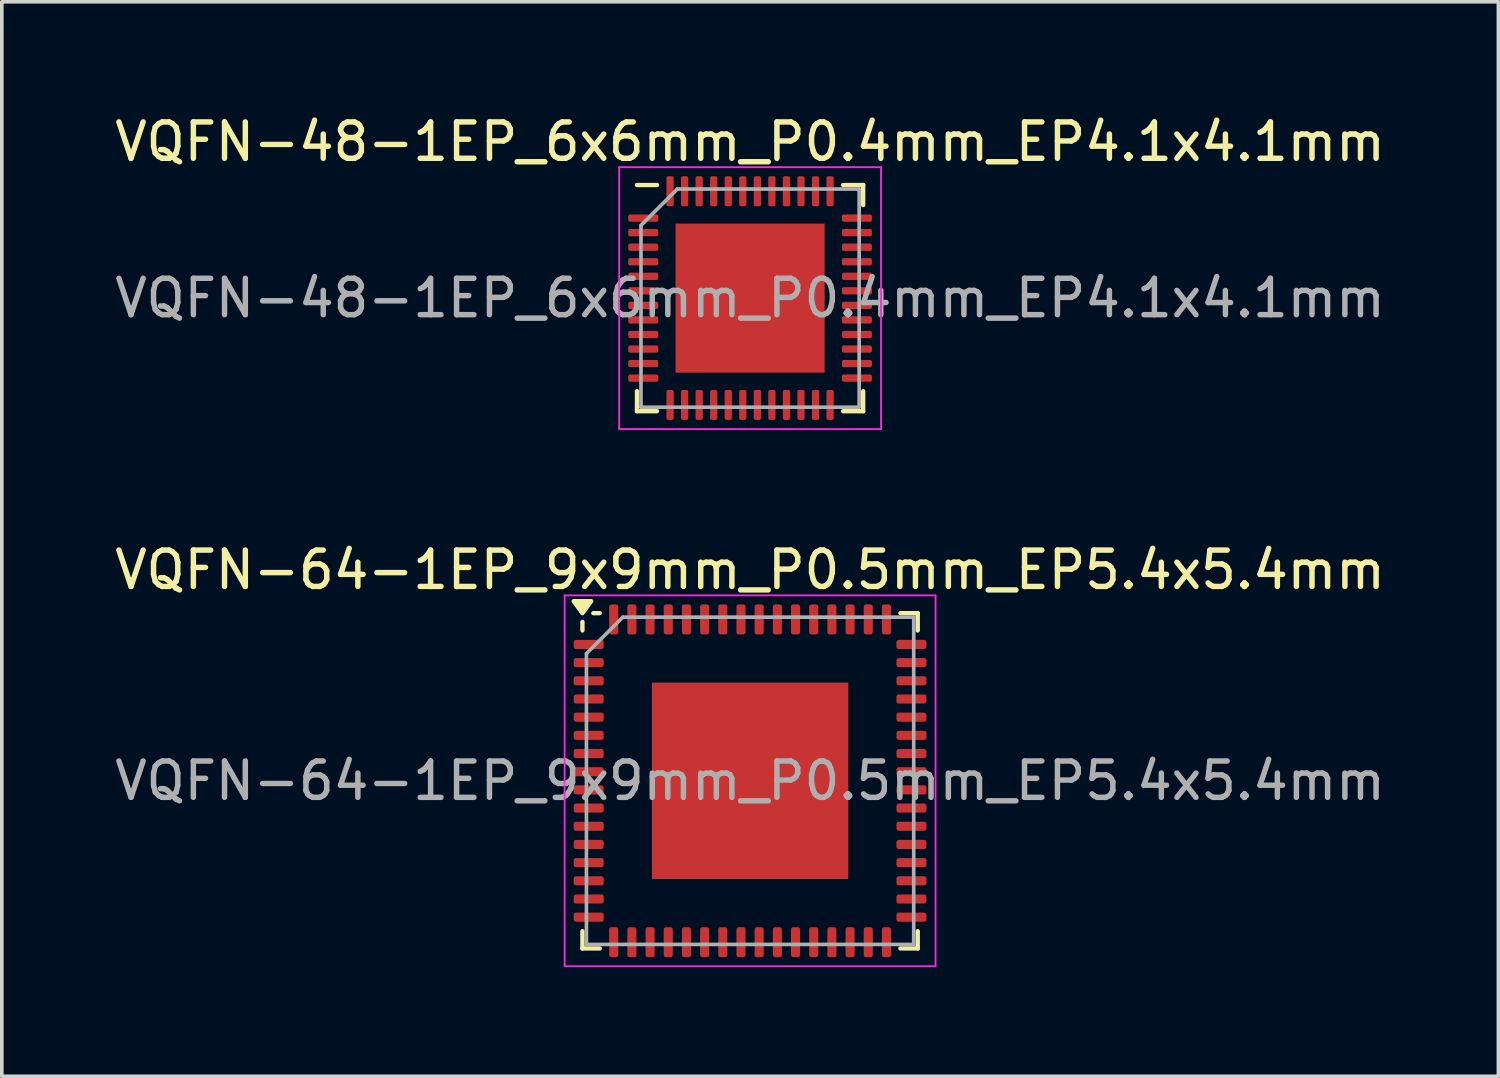
<source format=kicad_pcb>
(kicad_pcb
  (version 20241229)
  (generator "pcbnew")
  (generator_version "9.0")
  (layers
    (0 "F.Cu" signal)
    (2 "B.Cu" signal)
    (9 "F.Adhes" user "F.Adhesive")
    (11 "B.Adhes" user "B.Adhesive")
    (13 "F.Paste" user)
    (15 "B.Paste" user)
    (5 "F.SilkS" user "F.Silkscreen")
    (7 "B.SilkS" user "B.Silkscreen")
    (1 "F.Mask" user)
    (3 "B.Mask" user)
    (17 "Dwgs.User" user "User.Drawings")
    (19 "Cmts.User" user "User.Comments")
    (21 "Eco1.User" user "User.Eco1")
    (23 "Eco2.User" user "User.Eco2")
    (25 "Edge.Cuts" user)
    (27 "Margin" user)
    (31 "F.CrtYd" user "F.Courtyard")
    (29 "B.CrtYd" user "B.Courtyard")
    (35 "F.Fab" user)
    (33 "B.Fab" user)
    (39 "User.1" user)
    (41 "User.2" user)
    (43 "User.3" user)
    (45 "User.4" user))
  (footprint "VQFN-64-1EP_9x9mm_P0.5mm_EP5.4x5.4mm"
    (layer "F.Cu")
    (at 17.577 18.422)
    (property "Reference" "VQFN-64-1EP_9x9mm_P0.5mm_EP5.4x5.4mm" (at 0 -5.8 0) (layer "F.SilkS") (effects (font (size 1 1) (thickness 0.15))))
    (attr smd)
    (fp_line (start -4.61 -4.135) (end -4.61 -4.37) (stroke (width 0.12) (type solid)) (layer "F.SilkS"))
    (fp_line (start -4.61 4.61) (end -4.61 4.135) (stroke (width 0.12) (type solid)) (layer "F.SilkS"))
    (fp_line (start -4.135 -4.61) (end -4.31 -4.61) (stroke (width 0.12) (type solid)) (layer "F.SilkS"))
    (fp_line (start -4.135 4.61) (end -4.61 4.61) (stroke (width 0.12) (type solid)) (layer "F.SilkS"))
    (fp_line (start 4.135 -4.61) (end 4.61 -4.61) (stroke (width 0.12) (type solid)) (layer "F.SilkS"))
    (fp_line (start 4.135 4.61) (end 4.61 4.61) (stroke (width 0.12) (type solid)) (layer "F.SilkS"))
    (fp_line (start 4.61 -4.61) (end 4.61 -4.135) (stroke (width 0.12) (type solid)) (layer "F.SilkS"))
    (fp_line (start 4.61 4.61) (end 4.61 4.135) (stroke (width 0.12) (type solid)) (layer "F.SilkS"))
    (fp_poly (pts (xy -4.61 -4.61) (xy -4.85 -4.94) (xy -4.37 -4.94) (xy -4.61 -4.61)) (stroke (width 0.12) (type solid)) (fill yes) (layer "F.SilkS"))
    (fp_line (start -5.1 -5.1) (end -5.1 5.1) (stroke (width 0.05) (type solid)) (layer "F.CrtYd"))
    (fp_line (start -5.1 5.1) (end 5.1 5.1) (stroke (width 0.05) (type solid)) (layer "F.CrtYd"))
    (fp_line (start 5.1 -5.1) (end -5.1 -5.1) (stroke (width 0.05) (type solid)) (layer "F.CrtYd"))
    (fp_line (start 5.1 5.1) (end 5.1 -5.1) (stroke (width 0.05) (type solid)) (layer "F.CrtYd"))
    (fp_line (start -4.5 -3.5) (end -3.5 -4.5) (stroke (width 0.1) (type solid)) (layer "F.Fab"))
    (fp_line (start -4.5 4.5) (end -4.5 -3.5) (stroke (width 0.1) (type solid)) (layer "F.Fab"))
    (fp_line (start -3.5 -4.5) (end 4.5 -4.5) (stroke (width 0.1) (type solid)) (layer "F.Fab"))
    (fp_line (start 4.5 -4.5) (end 4.5 4.5) (stroke (width 0.1) (type solid)) (layer "F.Fab"))
    (fp_line (start 4.5 4.5) (end -4.5 4.5) (stroke (width 0.1) (type solid)) (layer "F.Fab"))
    (fp_text user "${REFERENCE}" (at 0 0 0) (layer "F.Fab") (effects (font (size 1 1) (thickness 0.15))))
    (pad "" smd roundrect (at -1.8 -1.8) (size 1.45 1.45) (layers "F.Paste") (roundrect_rratio 0.172))
    (pad "" smd roundrect (at -1.8 0) (size 1.45 1.45) (layers "F.Paste") (roundrect_rratio 0.172))
    (pad "" smd roundrect (at -1.8 1.8) (size 1.45 1.45) (layers "F.Paste") (roundrect_rratio 0.172))
    (pad "" smd roundrect (at 0 -1.8) (size 1.45 1.45) (layers "F.Paste") (roundrect_rratio 0.172))
    (pad "" smd roundrect (at 0 0) (size 1.45 1.45) (layers "F.Paste") (roundrect_rratio 0.172))
    (pad "" smd roundrect (at 0 1.8) (size 1.45 1.45) (layers "F.Paste") (roundrect_rratio 0.172))
    (pad "" smd roundrect (at 1.8 -1.8) (size 1.45 1.45) (layers "F.Paste") (roundrect_rratio 0.172))
    (pad "" smd roundrect (at 1.8 0) (size 1.45 1.45) (layers "F.Paste") (roundrect_rratio 0.172))
    (pad "" smd roundrect (at 1.8 1.8) (size 1.45 1.45) (layers "F.Paste") (roundrect_rratio 0.172))
    (pad "1" smd roundrect (at -4.438 -3.75) (size 0.825 0.25) (layers "F.Cu" "F.Mask" "F.Paste") (roundrect_rratio 0.25))
    (pad "2" smd roundrect (at -4.438 -3.25) (size 0.825 0.25) (layers "F.Cu" "F.Mask" "F.Paste") (roundrect_rratio 0.25))
    (pad "3" smd roundrect (at -4.438 -2.75) (size 0.825 0.25) (layers "F.Cu" "F.Mask" "F.Paste") (roundrect_rratio 0.25))
    (pad "4" smd roundrect (at -4.438 -2.25) (size 0.825 0.25) (layers "F.Cu" "F.Mask" "F.Paste") (roundrect_rratio 0.25))
    (pad "5" smd roundrect (at -4.438 -1.75) (size 0.825 0.25) (layers "F.Cu" "F.Mask" "F.Paste") (roundrect_rratio 0.25))
    (pad "6" smd roundrect (at -4.438 -1.25) (size 0.825 0.25) (layers "F.Cu" "F.Mask" "F.Paste") (roundrect_rratio 0.25))
    (pad "7" smd roundrect (at -4.438 -0.75) (size 0.825 0.25) (layers "F.Cu" "F.Mask" "F.Paste") (roundrect_rratio 0.25))
    (pad "8" smd roundrect (at -4.438 -0.25) (size 0.825 0.25) (layers "F.Cu" "F.Mask" "F.Paste") (roundrect_rratio 0.25))
    (pad "9" smd roundrect (at -4.438 0.25) (size 0.825 0.25) (layers "F.Cu" "F.Mask" "F.Paste") (roundrect_rratio 0.25))
    (pad "10" smd roundrect (at -4.438 0.75) (size 0.825 0.25) (layers "F.Cu" "F.Mask" "F.Paste") (roundrect_rratio 0.25))
    (pad "11" smd roundrect (at -4.438 1.25) (size 0.825 0.25) (layers "F.Cu" "F.Mask" "F.Paste") (roundrect_rratio 0.25))
    (pad "12" smd roundrect (at -4.438 1.75) (size 0.825 0.25) (layers "F.Cu" "F.Mask" "F.Paste") (roundrect_rratio 0.25))
    (pad "13" smd roundrect (at -4.438 2.25) (size 0.825 0.25) (layers "F.Cu" "F.Mask" "F.Paste") (roundrect_rratio 0.25))
    (pad "14" smd roundrect (at -4.438 2.75) (size 0.825 0.25) (layers "F.Cu" "F.Mask" "F.Paste") (roundrect_rratio 0.25))
    (pad "15" smd roundrect (at -4.438 3.25) (size 0.825 0.25) (layers "F.Cu" "F.Mask" "F.Paste") (roundrect_rratio 0.25))
    (pad "16" smd roundrect (at -4.438 3.75) (size 0.825 0.25) (layers "F.Cu" "F.Mask" "F.Paste") (roundrect_rratio 0.25))
    (pad "17" smd roundrect (at -3.75 4.438) (size 0.25 0.825) (layers "F.Cu" "F.Mask" "F.Paste") (roundrect_rratio 0.25))
    (pad "18" smd roundrect (at -3.25 4.438) (size 0.25 0.825) (layers "F.Cu" "F.Mask" "F.Paste") (roundrect_rratio 0.25))
    (pad "19" smd roundrect (at -2.75 4.438) (size 0.25 0.825) (layers "F.Cu" "F.Mask" "F.Paste") (roundrect_rratio 0.25))
    (pad "20" smd roundrect (at -2.25 4.438) (size 0.25 0.825) (layers "F.Cu" "F.Mask" "F.Paste") (roundrect_rratio 0.25))
    (pad "21" smd roundrect (at -1.75 4.438) (size 0.25 0.825) (layers "F.Cu" "F.Mask" "F.Paste") (roundrect_rratio 0.25))
    (pad "22" smd roundrect (at -1.25 4.438) (size 0.25 0.825) (layers "F.Cu" "F.Mask" "F.Paste") (roundrect_rratio 0.25))
    (pad "23" smd roundrect (at -0.75 4.438) (size 0.25 0.825) (layers "F.Cu" "F.Mask" "F.Paste") (roundrect_rratio 0.25))
    (pad "24" smd roundrect (at -0.25 4.438) (size 0.25 0.825) (layers "F.Cu" "F.Mask" "F.Paste") (roundrect_rratio 0.25))
    (pad "25" smd roundrect (at 0.25 4.438) (size 0.25 0.825) (layers "F.Cu" "F.Mask" "F.Paste") (roundrect_rratio 0.25))
    (pad "26" smd roundrect (at 0.75 4.438) (size 0.25 0.825) (layers "F.Cu" "F.Mask" "F.Paste") (roundrect_rratio 0.25))
    (pad "27" smd roundrect (at 1.25 4.438) (size 0.25 0.825) (layers "F.Cu" "F.Mask" "F.Paste") (roundrect_rratio 0.25))
    (pad "28" smd roundrect (at 1.75 4.438) (size 0.25 0.825) (layers "F.Cu" "F.Mask" "F.Paste") (roundrect_rratio 0.25))
    (pad "29" smd roundrect (at 2.25 4.438) (size 0.25 0.825) (layers "F.Cu" "F.Mask" "F.Paste") (roundrect_rratio 0.25))
    (pad "30" smd roundrect (at 2.75 4.438) (size 0.25 0.825) (layers "F.Cu" "F.Mask" "F.Paste") (roundrect_rratio 0.25))
    (pad "31" smd roundrect (at 3.25 4.438) (size 0.25 0.825) (layers "F.Cu" "F.Mask" "F.Paste") (roundrect_rratio 0.25))
    (pad "32" smd roundrect (at 3.75 4.438) (size 0.25 0.825) (layers "F.Cu" "F.Mask" "F.Paste") (roundrect_rratio 0.25))
    (pad "33" smd roundrect (at 4.438 3.75) (size 0.825 0.25) (layers "F.Cu" "F.Mask" "F.Paste") (roundrect_rratio 0.25))
    (pad "34" smd roundrect (at 4.438 3.25) (size 0.825 0.25) (layers "F.Cu" "F.Mask" "F.Paste") (roundrect_rratio 0.25))
    (pad "35" smd roundrect (at 4.438 2.75) (size 0.825 0.25) (layers "F.Cu" "F.Mask" "F.Paste") (roundrect_rratio 0.25))
    (pad "36" smd roundrect (at 4.438 2.25) (size 0.825 0.25) (layers "F.Cu" "F.Mask" "F.Paste") (roundrect_rratio 0.25))
    (pad "37" smd roundrect (at 4.438 1.75) (size 0.825 0.25) (layers "F.Cu" "F.Mask" "F.Paste") (roundrect_rratio 0.25))
    (pad "38" smd roundrect (at 4.438 1.25) (size 0.825 0.25) (layers "F.Cu" "F.Mask" "F.Paste") (roundrect_rratio 0.25))
    (pad "39" smd roundrect (at 4.438 0.75) (size 0.825 0.25) (layers "F.Cu" "F.Mask" "F.Paste") (roundrect_rratio 0.25))
    (pad "40" smd roundrect (at 4.438 0.25) (size 0.825 0.25) (layers "F.Cu" "F.Mask" "F.Paste") (roundrect_rratio 0.25))
    (pad "41" smd roundrect (at 4.438 -0.25) (size 0.825 0.25) (layers "F.Cu" "F.Mask" "F.Paste") (roundrect_rratio 0.25))
    (pad "42" smd roundrect (at 4.438 -0.75) (size 0.825 0.25) (layers "F.Cu" "F.Mask" "F.Paste") (roundrect_rratio 0.25))
    (pad "43" smd roundrect (at 4.438 -1.25) (size 0.825 0.25) (layers "F.Cu" "F.Mask" "F.Paste") (roundrect_rratio 0.25))
    (pad "44" smd roundrect (at 4.438 -1.75) (size 0.825 0.25) (layers "F.Cu" "F.Mask" "F.Paste") (roundrect_rratio 0.25))
    (pad "45" smd roundrect (at 4.438 -2.25) (size 0.825 0.25) (layers "F.Cu" "F.Mask" "F.Paste") (roundrect_rratio 0.25))
    (pad "46" smd roundrect (at 4.438 -2.75) (size 0.825 0.25) (layers "F.Cu" "F.Mask" "F.Paste") (roundrect_rratio 0.25))
    (pad "47" smd roundrect (at 4.438 -3.25) (size 0.825 0.25) (layers "F.Cu" "F.Mask" "F.Paste") (roundrect_rratio 0.25))
    (pad "48" smd roundrect (at 4.438 -3.75) (size 0.825 0.25) (layers "F.Cu" "F.Mask" "F.Paste") (roundrect_rratio 0.25))
    (pad "49" smd roundrect (at 3.75 -4.438) (size 0.25 0.825) (layers "F.Cu" "F.Mask" "F.Paste") (roundrect_rratio 0.25))
    (pad "50" smd roundrect (at 3.25 -4.438) (size 0.25 0.825) (layers "F.Cu" "F.Mask" "F.Paste") (roundrect_rratio 0.25))
    (pad "51" smd roundrect (at 2.75 -4.438) (size 0.25 0.825) (layers "F.Cu" "F.Mask" "F.Paste") (roundrect_rratio 0.25))
    (pad "52" smd roundrect (at 2.25 -4.438) (size 0.25 0.825) (layers "F.Cu" "F.Mask" "F.Paste") (roundrect_rratio 0.25))
    (pad "53" smd roundrect (at 1.75 -4.438) (size 0.25 0.825) (layers "F.Cu" "F.Mask" "F.Paste") (roundrect_rratio 0.25))
    (pad "54" smd roundrect (at 1.25 -4.438) (size 0.25 0.825) (layers "F.Cu" "F.Mask" "F.Paste") (roundrect_rratio 0.25))
    (pad "55" smd roundrect (at 0.75 -4.438) (size 0.25 0.825) (layers "F.Cu" "F.Mask" "F.Paste") (roundrect_rratio 0.25))
    (pad "56" smd roundrect (at 0.25 -4.438) (size 0.25 0.825) (layers "F.Cu" "F.Mask" "F.Paste") (roundrect_rratio 0.25))
    (pad "57" smd roundrect (at -0.25 -4.438) (size 0.25 0.825) (layers "F.Cu" "F.Mask" "F.Paste") (roundrect_rratio 0.25))
    (pad "58" smd roundrect (at -0.75 -4.438) (size 0.25 0.825) (layers "F.Cu" "F.Mask" "F.Paste") (roundrect_rratio 0.25))
    (pad "59" smd roundrect (at -1.25 -4.438) (size 0.25 0.825) (layers "F.Cu" "F.Mask" "F.Paste") (roundrect_rratio 0.25))
    (pad "60" smd roundrect (at -1.75 -4.438) (size 0.25 0.825) (layers "F.Cu" "F.Mask" "F.Paste") (roundrect_rratio 0.25))
    (pad "61" smd roundrect (at -2.25 -4.438) (size 0.25 0.825) (layers "F.Cu" "F.Mask" "F.Paste") (roundrect_rratio 0.25))
    (pad "62" smd roundrect (at -2.75 -4.438) (size 0.25 0.825) (layers "F.Cu" "F.Mask" "F.Paste") (roundrect_rratio 0.25))
    (pad "63" smd roundrect (at -3.25 -4.438) (size 0.25 0.825) (layers "F.Cu" "F.Mask" "F.Paste") (roundrect_rratio 0.25))
    (pad "64" smd roundrect (at -3.75 -4.438) (size 0.25 0.825) (layers "F.Cu" "F.Mask" "F.Paste") (roundrect_rratio 0.25))
    (pad "65" smd rect (at 0 0) (size 5.4 5.4) (layers "F.Cu" "F.Mask")))
  (footprint "VQFN-48-1EP_6x6mm_P0.4mm_EP4.1x4.1mm"
    (layer "F.Cu")
    (at 17.577 5.148)
    (property "Reference" "VQFN-48-1EP_6x6mm_P0.4mm_EP4.1x4.1mm" (at 0 -4.3 0) (layer "F.SilkS") (effects (font (size 1 1) (thickness 0.15))))
    (attr smd)
    (fp_line (start -3.11 3.11) (end -3.11 2.56) (stroke (width 0.12) (type solid)) (layer "F.SilkS"))
    (fp_line (start -2.56 -3.11) (end -3.11 -3.11) (stroke (width 0.12) (type solid)) (layer "F.SilkS"))
    (fp_line (start -2.56 3.11) (end -3.11 3.11) (stroke (width 0.12) (type solid)) (layer "F.SilkS"))
    (fp_line (start 2.56 -3.11) (end 3.11 -3.11) (stroke (width 0.12) (type solid)) (layer "F.SilkS"))
    (fp_line (start 2.56 3.11) (end 3.11 3.11) (stroke (width 0.12) (type solid)) (layer "F.SilkS"))
    (fp_line (start 3.11 -3.11) (end 3.11 -2.56) (stroke (width 0.12) (type solid)) (layer "F.SilkS"))
    (fp_line (start 3.11 3.11) (end 3.11 2.56) (stroke (width 0.12) (type solid)) (layer "F.SilkS"))
    (fp_line (start -3.6 -3.6) (end -3.6 3.6) (stroke (width 0.05) (type solid)) (layer "F.CrtYd"))
    (fp_line (start -3.6 3.6) (end 3.6 3.6) (stroke (width 0.05) (type solid)) (layer "F.CrtYd"))
    (fp_line (start 3.6 -3.6) (end -3.6 -3.6) (stroke (width 0.05) (type solid)) (layer "F.CrtYd"))
    (fp_line (start 3.6 3.6) (end 3.6 -3.6) (stroke (width 0.05) (type solid)) (layer "F.CrtYd"))
    (fp_line (start -3 -2) (end -2 -3) (stroke (width 0.1) (type solid)) (layer "F.Fab"))
    (fp_line (start -3 3) (end -3 -2) (stroke (width 0.1) (type solid)) (layer "F.Fab"))
    (fp_line (start -2 -3) (end 3 -3) (stroke (width 0.1) (type solid)) (layer "F.Fab"))
    (fp_line (start 3 -3) (end 3 3) (stroke (width 0.1) (type solid)) (layer "F.Fab"))
    (fp_line (start 3 3) (end -3 3) (stroke (width 0.1) (type solid)) (layer "F.Fab"))
    (fp_text user "${REFERENCE}" (at 0 0 0) (layer "F.Fab") (effects (font (size 1 1) (thickness 0.15))))
    (pad "" smd roundrect (at -1.37 -1.37) (size 1.1 1.1) (layers "F.Paste") (roundrect_rratio 0.227))
    (pad "" smd roundrect (at -1.37 0) (size 1.1 1.1) (layers "F.Paste") (roundrect_rratio 0.227))
    (pad "" smd roundrect (at -1.37 1.37) (size 1.1 1.1) (layers "F.Paste") (roundrect_rratio 0.227))
    (pad "" smd roundrect (at 0 -1.37) (size 1.1 1.1) (layers "F.Paste") (roundrect_rratio 0.227))
    (pad "" smd roundrect (at 0 0) (size 1.1 1.1) (layers "F.Paste") (roundrect_rratio 0.227))
    (pad "" smd roundrect (at 0 1.37) (size 1.1 1.1) (layers "F.Paste") (roundrect_rratio 0.227))
    (pad "" smd roundrect (at 1.37 -1.37) (size 1.1 1.1) (layers "F.Paste") (roundrect_rratio 0.227))
    (pad "" smd roundrect (at 1.37 0) (size 1.1 1.1) (layers "F.Paste") (roundrect_rratio 0.227))
    (pad "" smd roundrect (at 1.37 1.37) (size 1.1 1.1) (layers "F.Paste") (roundrect_rratio 0.227))
    (pad "1" smd roundrect (at -2.938 -2.2) (size 0.825 0.2) (layers "F.Cu" "F.Mask" "F.Paste") (roundrect_rratio 0.25))
    (pad "2" smd roundrect (at -2.938 -1.8) (size 0.825 0.2) (layers "F.Cu" "F.Mask" "F.Paste") (roundrect_rratio 0.25))
    (pad "3" smd roundrect (at -2.938 -1.4) (size 0.825 0.2) (layers "F.Cu" "F.Mask" "F.Paste") (roundrect_rratio 0.25))
    (pad "4" smd roundrect (at -2.938 -1) (size 0.825 0.2) (layers "F.Cu" "F.Mask" "F.Paste") (roundrect_rratio 0.25))
    (pad "5" smd roundrect (at -2.938 -0.6) (size 0.825 0.2) (layers "F.Cu" "F.Mask" "F.Paste") (roundrect_rratio 0.25))
    (pad "6" smd roundrect (at -2.938 -0.2) (size 0.825 0.2) (layers "F.Cu" "F.Mask" "F.Paste") (roundrect_rratio 0.25))
    (pad "7" smd roundrect (at -2.938 0.2) (size 0.825 0.2) (layers "F.Cu" "F.Mask" "F.Paste") (roundrect_rratio 0.25))
    (pad "8" smd roundrect (at -2.938 0.6) (size 0.825 0.2) (layers "F.Cu" "F.Mask" "F.Paste") (roundrect_rratio 0.25))
    (pad "9" smd roundrect (at -2.938 1) (size 0.825 0.2) (layers "F.Cu" "F.Mask" "F.Paste") (roundrect_rratio 0.25))
    (pad "10" smd roundrect (at -2.938 1.4) (size 0.825 0.2) (layers "F.Cu" "F.Mask" "F.Paste") (roundrect_rratio 0.25))
    (pad "11" smd roundrect (at -2.938 1.8) (size 0.825 0.2) (layers "F.Cu" "F.Mask" "F.Paste") (roundrect_rratio 0.25))
    (pad "12" smd roundrect (at -2.938 2.2) (size 0.825 0.2) (layers "F.Cu" "F.Mask" "F.Paste") (roundrect_rratio 0.25))
    (pad "13" smd roundrect (at -2.2 2.938) (size 0.2 0.825) (layers "F.Cu" "F.Mask" "F.Paste") (roundrect_rratio 0.25))
    (pad "14" smd roundrect (at -1.8 2.938) (size 0.2 0.825) (layers "F.Cu" "F.Mask" "F.Paste") (roundrect_rratio 0.25))
    (pad "15" smd roundrect (at -1.4 2.938) (size 0.2 0.825) (layers "F.Cu" "F.Mask" "F.Paste") (roundrect_rratio 0.25))
    (pad "16" smd roundrect (at -1 2.938) (size 0.2 0.825) (layers "F.Cu" "F.Mask" "F.Paste") (roundrect_rratio 0.25))
    (pad "17" smd roundrect (at -0.6 2.938) (size 0.2 0.825) (layers "F.Cu" "F.Mask" "F.Paste") (roundrect_rratio 0.25))
    (pad "18" smd roundrect (at -0.2 2.938) (size 0.2 0.825) (layers "F.Cu" "F.Mask" "F.Paste") (roundrect_rratio 0.25))
    (pad "19" smd roundrect (at 0.2 2.938) (size 0.2 0.825) (layers "F.Cu" "F.Mask" "F.Paste") (roundrect_rratio 0.25))
    (pad "20" smd roundrect (at 0.6 2.938) (size 0.2 0.825) (layers "F.Cu" "F.Mask" "F.Paste") (roundrect_rratio 0.25))
    (pad "21" smd roundrect (at 1 2.938) (size 0.2 0.825) (layers "F.Cu" "F.Mask" "F.Paste") (roundrect_rratio 0.25))
    (pad "22" smd roundrect (at 1.4 2.938) (size 0.2 0.825) (layers "F.Cu" "F.Mask" "F.Paste") (roundrect_rratio 0.25))
    (pad "23" smd roundrect (at 1.8 2.938) (size 0.2 0.825) (layers "F.Cu" "F.Mask" "F.Paste") (roundrect_rratio 0.25))
    (pad "24" smd roundrect (at 2.2 2.938) (size 0.2 0.825) (layers "F.Cu" "F.Mask" "F.Paste") (roundrect_rratio 0.25))
    (pad "25" smd roundrect (at 2.938 2.2) (size 0.825 0.2) (layers "F.Cu" "F.Mask" "F.Paste") (roundrect_rratio 0.25))
    (pad "26" smd roundrect (at 2.938 1.8) (size 0.825 0.2) (layers "F.Cu" "F.Mask" "F.Paste") (roundrect_rratio 0.25))
    (pad "27" smd roundrect (at 2.938 1.4) (size 0.825 0.2) (layers "F.Cu" "F.Mask" "F.Paste") (roundrect_rratio 0.25))
    (pad "28" smd roundrect (at 2.938 1) (size 0.825 0.2) (layers "F.Cu" "F.Mask" "F.Paste") (roundrect_rratio 0.25))
    (pad "29" smd roundrect (at 2.938 0.6) (size 0.825 0.2) (layers "F.Cu" "F.Mask" "F.Paste") (roundrect_rratio 0.25))
    (pad "30" smd roundrect (at 2.938 0.2) (size 0.825 0.2) (layers "F.Cu" "F.Mask" "F.Paste") (roundrect_rratio 0.25))
    (pad "31" smd roundrect (at 2.938 -0.2) (size 0.825 0.2) (layers "F.Cu" "F.Mask" "F.Paste") (roundrect_rratio 0.25))
    (pad "32" smd roundrect (at 2.938 -0.6) (size 0.825 0.2) (layers "F.Cu" "F.Mask" "F.Paste") (roundrect_rratio 0.25))
    (pad "33" smd roundrect (at 2.938 -1) (size 0.825 0.2) (layers "F.Cu" "F.Mask" "F.Paste") (roundrect_rratio 0.25))
    (pad "34" smd roundrect (at 2.938 -1.4) (size 0.825 0.2) (layers "F.Cu" "F.Mask" "F.Paste") (roundrect_rratio 0.25))
    (pad "35" smd roundrect (at 2.938 -1.8) (size 0.825 0.2) (layers "F.Cu" "F.Mask" "F.Paste") (roundrect_rratio 0.25))
    (pad "36" smd roundrect (at 2.938 -2.2) (size 0.825 0.2) (layers "F.Cu" "F.Mask" "F.Paste") (roundrect_rratio 0.25))
    (pad "37" smd roundrect (at 2.2 -2.938) (size 0.2 0.825) (layers "F.Cu" "F.Mask" "F.Paste") (roundrect_rratio 0.25))
    (pad "38" smd roundrect (at 1.8 -2.938) (size 0.2 0.825) (layers "F.Cu" "F.Mask" "F.Paste") (roundrect_rratio 0.25))
    (pad "39" smd roundrect (at 1.4 -2.938) (size 0.2 0.825) (layers "F.Cu" "F.Mask" "F.Paste") (roundrect_rratio 0.25))
    (pad "40" smd roundrect (at 1 -2.938) (size 0.2 0.825) (layers "F.Cu" "F.Mask" "F.Paste") (roundrect_rratio 0.25))
    (pad "41" smd roundrect (at 0.6 -2.938) (size 0.2 0.825) (layers "F.Cu" "F.Mask" "F.Paste") (roundrect_rratio 0.25))
    (pad "42" smd roundrect (at 0.2 -2.938) (size 0.2 0.825) (layers "F.Cu" "F.Mask" "F.Paste") (roundrect_rratio 0.25))
    (pad "43" smd roundrect (at -0.2 -2.938) (size 0.2 0.825) (layers "F.Cu" "F.Mask" "F.Paste") (roundrect_rratio 0.25))
    (pad "44" smd roundrect (at -0.6 -2.938) (size 0.2 0.825) (layers "F.Cu" "F.Mask" "F.Paste") (roundrect_rratio 0.25))
    (pad "45" smd roundrect (at -1 -2.938) (size 0.2 0.825) (layers "F.Cu" "F.Mask" "F.Paste") (roundrect_rratio 0.25))
    (pad "46" smd roundrect (at -1.4 -2.938) (size 0.2 0.825) (layers "F.Cu" "F.Mask" "F.Paste") (roundrect_rratio 0.25))
    (pad "47" smd roundrect (at -1.8 -2.938) (size 0.2 0.825) (layers "F.Cu" "F.Mask" "F.Paste") (roundrect_rratio 0.25))
    (pad "48" smd roundrect (at -2.2 -2.938) (size 0.2 0.825) (layers "F.Cu" "F.Mask" "F.Paste") (roundrect_rratio 0.25))
    (pad "49" smd rect (at 0 0) (size 4.1 4.1) (layers "F.Cu" "F.Mask")))
  (gr_rect
    (start -3 -3)
    (end 38.155 26.547)
    (stroke (width 0.1) (type default))
    (fill no)
    (layer "Edge.Cuts")))
</source>
